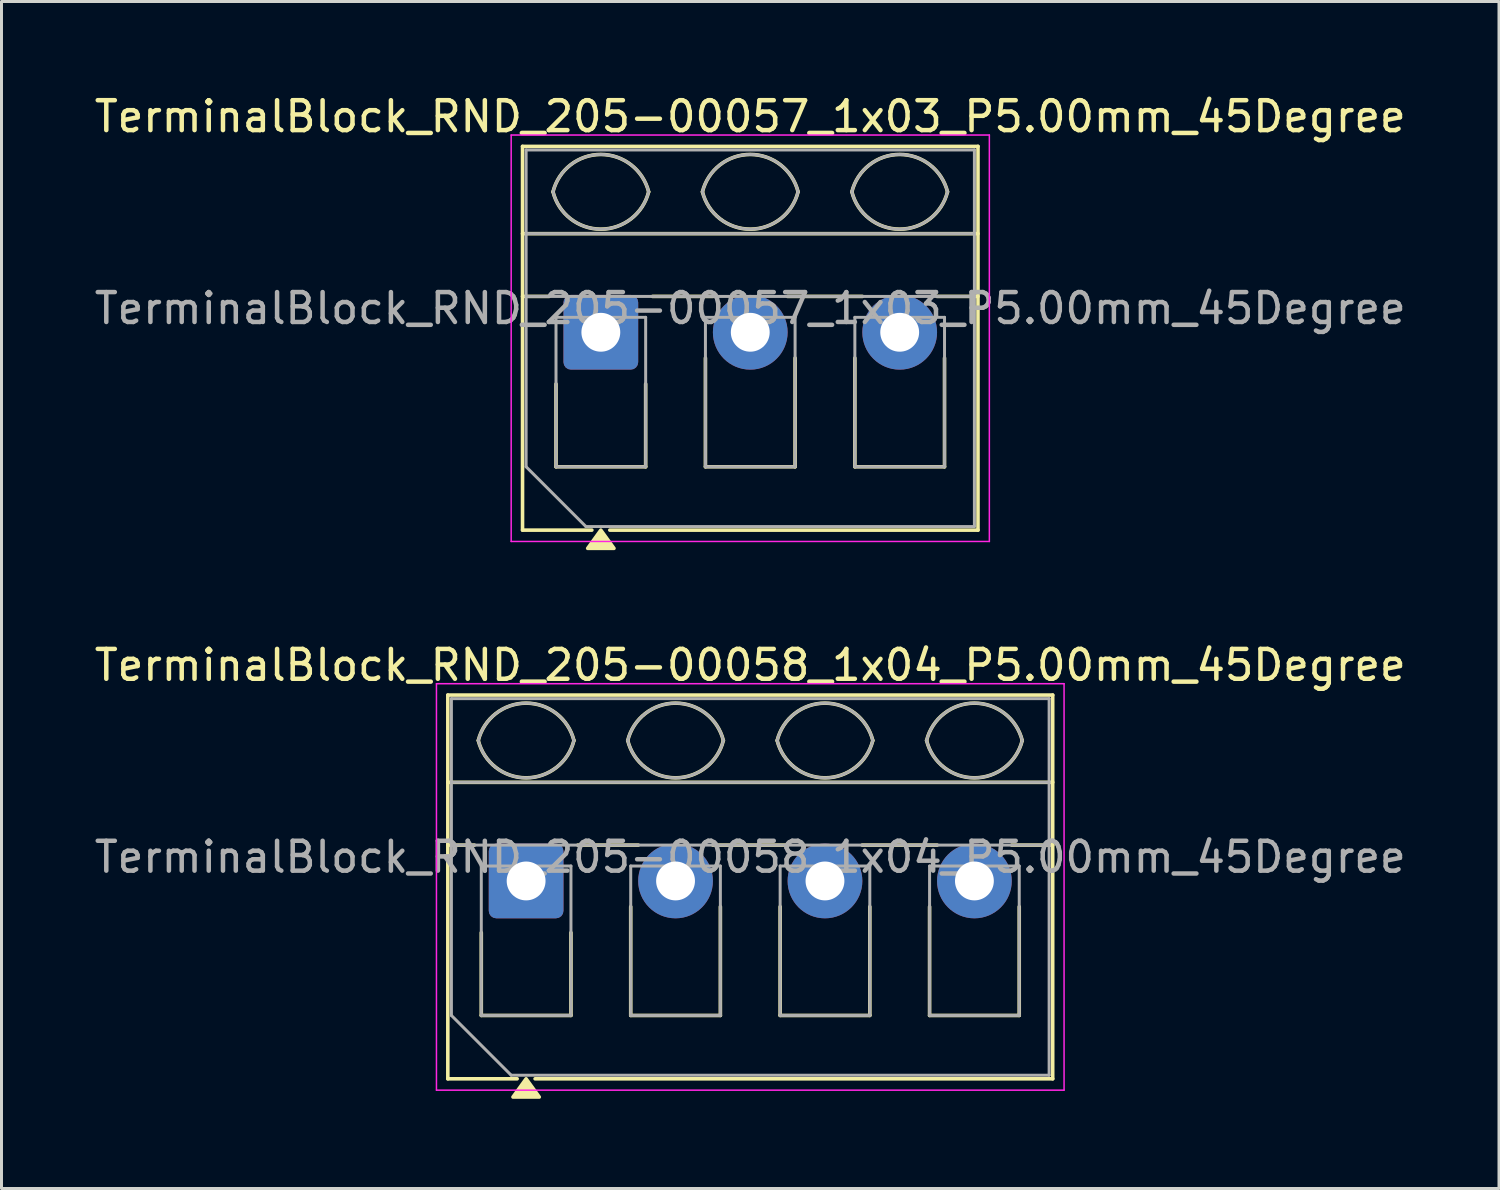
<source format=kicad_pcb>
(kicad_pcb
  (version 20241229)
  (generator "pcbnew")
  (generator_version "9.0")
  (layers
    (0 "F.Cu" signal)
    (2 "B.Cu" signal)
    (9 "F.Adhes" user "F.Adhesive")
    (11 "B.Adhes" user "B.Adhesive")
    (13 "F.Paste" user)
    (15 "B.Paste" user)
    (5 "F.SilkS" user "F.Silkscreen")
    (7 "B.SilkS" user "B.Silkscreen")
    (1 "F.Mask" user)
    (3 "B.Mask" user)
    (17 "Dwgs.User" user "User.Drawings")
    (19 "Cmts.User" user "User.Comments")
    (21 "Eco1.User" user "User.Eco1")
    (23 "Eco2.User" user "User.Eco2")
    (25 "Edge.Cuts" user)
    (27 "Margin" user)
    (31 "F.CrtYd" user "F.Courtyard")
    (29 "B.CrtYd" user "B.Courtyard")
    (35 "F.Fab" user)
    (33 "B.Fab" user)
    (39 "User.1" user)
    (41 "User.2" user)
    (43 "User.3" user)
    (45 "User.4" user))
  (footprint "TerminalBlock_RND_205-00057_1x03_P5.00mm_45Degree"
    (layer "F.Cu")
    (at 17.054 8.068)
    (property "Reference" "TerminalBlock_RND_205-00057_1x03_P5.00mm_45Degree" (at 5 -7.22 0) (layer "F.SilkS") (effects (font (size 1 1) (thickness 0.15))))
    (attr through_hole)
    (fp_line (start -2.62 -6.22) (end 12.62 -6.22) (stroke (width 0.12) (type solid)) (layer "F.SilkS"))
    (fp_line (start -2.62 -3.3) (end 12.62 -3.3) (stroke (width 0.12) (type solid)) (layer "F.SilkS"))
    (fp_line (start -2.62 -1.2) (end -1.73 -1.2) (stroke (width 0.12) (type solid)) (layer "F.SilkS"))
    (fp_line (start -2.62 6.62) (end -2.62 -6.22) (stroke (width 0.12) (type solid)) (layer "F.SilkS"))
    (fp_line (start -1.5 4.5) (end -1.5 1.73) (stroke (width 0.12) (type solid)) (layer "F.SilkS"))
    (fp_line (start -0.3 6.62) (end -2.62 6.62) (stroke (width 0.12) (type solid)) (layer "F.SilkS"))
    (fp_line (start 1.5 1.73) (end 1.5 4.5) (stroke (width 0.12) (type solid)) (layer "F.SilkS"))
    (fp_line (start 1.5 4.5) (end -1.5 4.5) (stroke (width 0.12) (type solid)) (layer "F.SilkS"))
    (fp_line (start 1.73 -1.2) (end 3.754 -1.2) (stroke (width 0.12) (type solid)) (layer "F.SilkS"))
    (fp_line (start 3.5 4.5) (end 3.5 0.862) (stroke (width 0.12) (type solid)) (layer "F.SilkS"))
    (fp_line (start 6.246 -1.2) (end 8.754 -1.2) (stroke (width 0.12) (type solid)) (layer "F.SilkS"))
    (fp_line (start 6.5 0.862) (end 6.5 4.5) (stroke (width 0.12) (type solid)) (layer "F.SilkS"))
    (fp_line (start 6.5 4.5) (end 3.5 4.5) (stroke (width 0.12) (type solid)) (layer "F.SilkS"))
    (fp_line (start 8.5 4.5) (end 8.5 0.862) (stroke (width 0.12) (type solid)) (layer "F.SilkS"))
    (fp_line (start 11.246 -1.2) (end 12.62 -1.2) (stroke (width 0.12) (type solid)) (layer "F.SilkS"))
    (fp_line (start 11.5 0.862) (end 11.5 4.5) (stroke (width 0.12) (type solid)) (layer "F.SilkS"))
    (fp_line (start 11.5 4.5) (end 8.5 4.5) (stroke (width 0.12) (type solid)) (layer "F.SilkS"))
    (fp_line (start 12.62 -6.22) (end 12.62 6.62) (stroke (width 0.12) (type solid)) (layer "F.SilkS"))
    (fp_line (start 12.62 6.62) (end 0.3 6.62) (stroke (width 0.12) (type solid)) (layer "F.SilkS"))
    (fp_arc (start -1.6 -4.7) (mid 0 -5.95) (end 1.6 -4.7) (stroke (width 0.12) (type solid)) (layer "F.SilkS"))
    (fp_arc (start 1.6 -4.7) (mid 0 -3.45) (end -1.6 -4.7) (stroke (width 0.12) (type solid)) (layer "F.SilkS"))
    (fp_arc (start 3.4 -4.7) (mid 5 -5.95) (end 6.6 -4.7) (stroke (width 0.12) (type solid)) (layer "F.SilkS"))
    (fp_arc (start 6.6 -4.7) (mid 5 -3.45) (end 3.4 -4.7) (stroke (width 0.12) (type solid)) (layer "F.SilkS"))
    (fp_arc (start 8.4 -4.7) (mid 10 -5.95) (end 11.6 -4.7) (stroke (width 0.12) (type solid)) (layer "F.SilkS"))
    (fp_arc (start 11.6 -4.7) (mid 10 -3.45) (end 8.4 -4.7) (stroke (width 0.12) (type solid)) (layer "F.SilkS"))
    (fp_poly (pts (xy 0 6.62) (xy 0.44 7.23) (xy -0.44 7.23)) (stroke (width 0.12) (type solid)) (fill yes) (layer "F.SilkS"))
    (fp_line (start -3 -6.6) (end -3 7) (stroke (width 0.05) (type solid)) (layer "F.CrtYd"))
    (fp_line (start -3 7) (end 13 7) (stroke (width 0.05) (type solid)) (layer "F.CrtYd"))
    (fp_line (start 13 -6.6) (end -3 -6.6) (stroke (width 0.05) (type solid)) (layer "F.CrtYd"))
    (fp_line (start 13 7) (end 13 -6.6) (stroke (width 0.05) (type solid)) (layer "F.CrtYd"))
    (fp_line (start -2.5 -6.1) (end 12.5 -6.1) (stroke (width 0.1) (type solid)) (layer "F.Fab"))
    (fp_line (start -2.5 -3.3) (end 12.5 -3.3) (stroke (width 0.1) (type solid)) (layer "F.Fab"))
    (fp_line (start -2.5 -1.2) (end 12.5 -1.2) (stroke (width 0.1) (type solid)) (layer "F.Fab"))
    (fp_line (start -2.5 4.5) (end -2.5 -6.1) (stroke (width 0.1) (type solid)) (layer "F.Fab"))
    (fp_line (start -1.5 -0.5) (end -1.5 4.5) (stroke (width 0.1) (type solid)) (layer "F.Fab"))
    (fp_line (start -1.5 4.5) (end 1.5 4.5) (stroke (width 0.1) (type solid)) (layer "F.Fab"))
    (fp_line (start -0.5 6.5) (end -2.5 4.5) (stroke (width 0.1) (type solid)) (layer "F.Fab"))
    (fp_line (start 1.5 -0.5) (end -1.5 -0.5) (stroke (width 0.1) (type solid)) (layer "F.Fab"))
    (fp_line (start 1.5 4.5) (end 1.5 -0.5) (stroke (width 0.1) (type solid)) (layer "F.Fab"))
    (fp_line (start 3.5 -0.5) (end 3.5 4.5) (stroke (width 0.1) (type solid)) (layer "F.Fab"))
    (fp_line (start 3.5 4.5) (end 6.5 4.5) (stroke (width 0.1) (type solid)) (layer "F.Fab"))
    (fp_line (start 6.5 -0.5) (end 3.5 -0.5) (stroke (width 0.1) (type solid)) (layer "F.Fab"))
    (fp_line (start 6.5 4.5) (end 6.5 -0.5) (stroke (width 0.1) (type solid)) (layer "F.Fab"))
    (fp_line (start 8.5 -0.5) (end 8.5 4.5) (stroke (width 0.1) (type solid)) (layer "F.Fab"))
    (fp_line (start 8.5 4.5) (end 11.5 4.5) (stroke (width 0.1) (type solid)) (layer "F.Fab"))
    (fp_line (start 11.5 -0.5) (end 8.5 -0.5) (stroke (width 0.1) (type solid)) (layer "F.Fab"))
    (fp_line (start 11.5 4.5) (end 11.5 -0.5) (stroke (width 0.1) (type solid)) (layer "F.Fab"))
    (fp_line (start 12.5 -6.1) (end 12.5 6.5) (stroke (width 0.1) (type solid)) (layer "F.Fab"))
    (fp_line (start 12.5 6.5) (end -0.5 6.5) (stroke (width 0.1) (type solid)) (layer "F.Fab"))
    (fp_arc (start -1.6 -4.7) (mid 0 -5.95) (end 1.6 -4.7) (stroke (width 0.1) (type solid)) (layer "F.Fab"))
    (fp_arc (start 1.6 -4.7) (mid 0 -3.45) (end -1.6 -4.7) (stroke (width 0.1) (type solid)) (layer "F.Fab"))
    (fp_arc (start 3.4 -4.7) (mid 5 -5.95) (end 6.6 -4.7) (stroke (width 0.1) (type solid)) (layer "F.Fab"))
    (fp_arc (start 6.6 -4.7) (mid 5 -3.45) (end 3.4 -4.7) (stroke (width 0.1) (type solid)) (layer "F.Fab"))
    (fp_arc (start 8.4 -4.7) (mid 10 -5.95) (end 11.6 -4.7) (stroke (width 0.1) (type solid)) (layer "F.Fab"))
    (fp_arc (start 11.6 -4.7) (mid 10 -3.45) (end 8.4 -4.7) (stroke (width 0.1) (type solid)) (layer "F.Fab"))
    (fp_text user "${REFERENCE}" (at 5 -0.8 0) (layer "F.Fab") (effects (font (size 1 1) (thickness 0.15))))
    (pad "1" thru_hole roundrect (at 0 0) (size 2.5 2.5) (drill 1.3) (layers "*.Cu" "*.Mask") (roundrect_rratio 0.1))
    (pad "2" thru_hole circle (at 5 0) (size 2.5 2.5) (drill 1.3) (layers "*.Cu" "*.Mask"))
    (pad "3" thru_hole circle (at 10 0) (size 2.5 2.5) (drill 1.3) (layers "*.Cu" "*.Mask")))
  (footprint "TerminalBlock_RND_205-00058_1x04_P5.00mm_45Degree"
    (layer "F.Cu")
    (at 14.554 26.427)
    (property "Reference" "TerminalBlock_RND_205-00058_1x04_P5.00mm_45Degree" (at 7.5 -7.22 0) (layer "F.SilkS") (effects (font (size 1 1) (thickness 0.15))))
    (attr through_hole)
    (fp_line (start -2.62 -6.22) (end 17.62 -6.22) (stroke (width 0.12) (type solid)) (layer "F.SilkS"))
    (fp_line (start -2.62 -3.3) (end 17.62 -3.3) (stroke (width 0.12) (type solid)) (layer "F.SilkS"))
    (fp_line (start -2.62 -1.2) (end -1.73 -1.2) (stroke (width 0.12) (type solid)) (layer "F.SilkS"))
    (fp_line (start -2.62 6.62) (end -2.62 -6.22) (stroke (width 0.12) (type solid)) (layer "F.SilkS"))
    (fp_line (start -1.5 4.5) (end -1.5 1.73) (stroke (width 0.12) (type solid)) (layer "F.SilkS"))
    (fp_line (start -0.3 6.62) (end -2.62 6.62) (stroke (width 0.12) (type solid)) (layer "F.SilkS"))
    (fp_line (start 1.5 1.73) (end 1.5 4.5) (stroke (width 0.12) (type solid)) (layer "F.SilkS"))
    (fp_line (start 1.5 4.5) (end -1.5 4.5) (stroke (width 0.12) (type solid)) (layer "F.SilkS"))
    (fp_line (start 1.73 -1.2) (end 3.754 -1.2) (stroke (width 0.12) (type solid)) (layer "F.SilkS"))
    (fp_line (start 3.5 4.5) (end 3.5 0.862) (stroke (width 0.12) (type solid)) (layer "F.SilkS"))
    (fp_line (start 6.246 -1.2) (end 8.754 -1.2) (stroke (width 0.12) (type solid)) (layer "F.SilkS"))
    (fp_line (start 6.5 0.862) (end 6.5 4.5) (stroke (width 0.12) (type solid)) (layer "F.SilkS"))
    (fp_line (start 6.5 4.5) (end 3.5 4.5) (stroke (width 0.12) (type solid)) (layer "F.SilkS"))
    (fp_line (start 8.5 4.5) (end 8.5 0.862) (stroke (width 0.12) (type solid)) (layer "F.SilkS"))
    (fp_line (start 11.246 -1.2) (end 13.754 -1.2) (stroke (width 0.12) (type solid)) (layer "F.SilkS"))
    (fp_line (start 11.5 0.862) (end 11.5 4.5) (stroke (width 0.12) (type solid)) (layer "F.SilkS"))
    (fp_line (start 11.5 4.5) (end 8.5 4.5) (stroke (width 0.12) (type solid)) (layer "F.SilkS"))
    (fp_line (start 13.5 4.5) (end 13.5 0.862) (stroke (width 0.12) (type solid)) (layer "F.SilkS"))
    (fp_line (start 16.246 -1.2) (end 17.62 -1.2) (stroke (width 0.12) (type solid)) (layer "F.SilkS"))
    (fp_line (start 16.5 0.862) (end 16.5 4.5) (stroke (width 0.12) (type solid)) (layer "F.SilkS"))
    (fp_line (start 16.5 4.5) (end 13.5 4.5) (stroke (width 0.12) (type solid)) (layer "F.SilkS"))
    (fp_line (start 17.62 -6.22) (end 17.62 6.62) (stroke (width 0.12) (type solid)) (layer "F.SilkS"))
    (fp_line (start 17.62 6.62) (end 0.3 6.62) (stroke (width 0.12) (type solid)) (layer "F.SilkS"))
    (fp_arc (start -1.6 -4.7) (mid 0 -5.95) (end 1.6 -4.7) (stroke (width 0.12) (type solid)) (layer "F.SilkS"))
    (fp_arc (start 1.6 -4.7) (mid 0 -3.45) (end -1.6 -4.7) (stroke (width 0.12) (type solid)) (layer "F.SilkS"))
    (fp_arc (start 3.4 -4.7) (mid 5 -5.95) (end 6.6 -4.7) (stroke (width 0.12) (type solid)) (layer "F.SilkS"))
    (fp_arc (start 6.6 -4.7) (mid 5 -3.45) (end 3.4 -4.7) (stroke (width 0.12) (type solid)) (layer "F.SilkS"))
    (fp_arc (start 8.4 -4.7) (mid 10 -5.95) (end 11.6 -4.7) (stroke (width 0.12) (type solid)) (layer "F.SilkS"))
    (fp_arc (start 11.6 -4.7) (mid 10 -3.45) (end 8.4 -4.7) (stroke (width 0.12) (type solid)) (layer "F.SilkS"))
    (fp_arc (start 13.4 -4.7) (mid 15 -5.95) (end 16.6 -4.7) (stroke (width 0.12) (type solid)) (layer "F.SilkS"))
    (fp_arc (start 16.6 -4.7) (mid 15 -3.45) (end 13.4 -4.7) (stroke (width 0.12) (type solid)) (layer "F.SilkS"))
    (fp_poly (pts (xy 0 6.62) (xy 0.44 7.23) (xy -0.44 7.23)) (stroke (width 0.12) (type solid)) (fill yes) (layer "F.SilkS"))
    (fp_line (start -3 -6.6) (end -3 7) (stroke (width 0.05) (type solid)) (layer "F.CrtYd"))
    (fp_line (start -3 7) (end 18 7) (stroke (width 0.05) (type solid)) (layer "F.CrtYd"))
    (fp_line (start 18 -6.6) (end -3 -6.6) (stroke (width 0.05) (type solid)) (layer "F.CrtYd"))
    (fp_line (start 18 7) (end 18 -6.6) (stroke (width 0.05) (type solid)) (layer "F.CrtYd"))
    (fp_line (start -2.5 -6.1) (end 17.5 -6.1) (stroke (width 0.1) (type solid)) (layer "F.Fab"))
    (fp_line (start -2.5 -3.3) (end 17.5 -3.3) (stroke (width 0.1) (type solid)) (layer "F.Fab"))
    (fp_line (start -2.5 -1.2) (end 17.5 -1.2) (stroke (width 0.1) (type solid)) (layer "F.Fab"))
    (fp_line (start -2.5 4.5) (end -2.5 -6.1) (stroke (width 0.1) (type solid)) (layer "F.Fab"))
    (fp_line (start -1.5 -0.5) (end -1.5 4.5) (stroke (width 0.1) (type solid)) (layer "F.Fab"))
    (fp_line (start -1.5 4.5) (end 1.5 4.5) (stroke (width 0.1) (type solid)) (layer "F.Fab"))
    (fp_line (start -0.5 6.5) (end -2.5 4.5) (stroke (width 0.1) (type solid)) (layer "F.Fab"))
    (fp_line (start 1.5 -0.5) (end -1.5 -0.5) (stroke (width 0.1) (type solid)) (layer "F.Fab"))
    (fp_line (start 1.5 4.5) (end 1.5 -0.5) (stroke (width 0.1) (type solid)) (layer "F.Fab"))
    (fp_line (start 3.5 -0.5) (end 3.5 4.5) (stroke (width 0.1) (type solid)) (layer "F.Fab"))
    (fp_line (start 3.5 4.5) (end 6.5 4.5) (stroke (width 0.1) (type solid)) (layer "F.Fab"))
    (fp_line (start 6.5 -0.5) (end 3.5 -0.5) (stroke (width 0.1) (type solid)) (layer "F.Fab"))
    (fp_line (start 6.5 4.5) (end 6.5 -0.5) (stroke (width 0.1) (type solid)) (layer "F.Fab"))
    (fp_line (start 8.5 -0.5) (end 8.5 4.5) (stroke (width 0.1) (type solid)) (layer "F.Fab"))
    (fp_line (start 8.5 4.5) (end 11.5 4.5) (stroke (width 0.1) (type solid)) (layer "F.Fab"))
    (fp_line (start 11.5 -0.5) (end 8.5 -0.5) (stroke (width 0.1) (type solid)) (layer "F.Fab"))
    (fp_line (start 11.5 4.5) (end 11.5 -0.5) (stroke (width 0.1) (type solid)) (layer "F.Fab"))
    (fp_line (start 13.5 -0.5) (end 13.5 4.5) (stroke (width 0.1) (type solid)) (layer "F.Fab"))
    (fp_line (start 13.5 4.5) (end 16.5 4.5) (stroke (width 0.1) (type solid)) (layer "F.Fab"))
    (fp_line (start 16.5 -0.5) (end 13.5 -0.5) (stroke (width 0.1) (type solid)) (layer "F.Fab"))
    (fp_line (start 16.5 4.5) (end 16.5 -0.5) (stroke (width 0.1) (type solid)) (layer "F.Fab"))
    (fp_line (start 17.5 -6.1) (end 17.5 6.5) (stroke (width 0.1) (type solid)) (layer "F.Fab"))
    (fp_line (start 17.5 6.5) (end -0.5 6.5) (stroke (width 0.1) (type solid)) (layer "F.Fab"))
    (fp_arc (start -1.6 -4.7) (mid 0 -5.95) (end 1.6 -4.7) (stroke (width 0.1) (type solid)) (layer "F.Fab"))
    (fp_arc (start 1.6 -4.7) (mid 0 -3.45) (end -1.6 -4.7) (stroke (width 0.1) (type solid)) (layer "F.Fab"))
    (fp_arc (start 3.4 -4.7) (mid 5 -5.95) (end 6.6 -4.7) (stroke (width 0.1) (type solid)) (layer "F.Fab"))
    (fp_arc (start 6.6 -4.7) (mid 5 -3.45) (end 3.4 -4.7) (stroke (width 0.1) (type solid)) (layer "F.Fab"))
    (fp_arc (start 8.4 -4.7) (mid 10 -5.95) (end 11.6 -4.7) (stroke (width 0.1) (type solid)) (layer "F.Fab"))
    (fp_arc (start 11.6 -4.7) (mid 10 -3.45) (end 8.4 -4.7) (stroke (width 0.1) (type solid)) (layer "F.Fab"))
    (fp_arc (start 13.4 -4.7) (mid 15 -5.95) (end 16.6 -4.7) (stroke (width 0.1) (type solid)) (layer "F.Fab"))
    (fp_arc (start 16.6 -4.7) (mid 15 -3.45) (end 13.4 -4.7) (stroke (width 0.1) (type solid)) (layer "F.Fab"))
    (fp_text user "${REFERENCE}" (at 7.5 -0.8 0) (layer "F.Fab") (effects (font (size 1 1) (thickness 0.15))))
    (pad "1" thru_hole roundrect (at 0 0) (size 2.5 2.5) (drill 1.3) (layers "*.Cu" "*.Mask") (roundrect_rratio 0.1))
    (pad "2" thru_hole circle (at 5 0) (size 2.5 2.5) (drill 1.3) (layers "*.Cu" "*.Mask"))
    (pad "3" thru_hole circle (at 10 0) (size 2.5 2.5) (drill 1.3) (layers "*.Cu" "*.Mask"))
    (pad "4" thru_hole circle (at 15 0) (size 2.5 2.5) (drill 1.3) (layers "*.Cu" "*.Mask")))
  (gr_rect
    (start -3 -3)
    (end 47.107 36.717)
    (stroke (width 0.1) (type default))
    (fill no)
    (layer "Edge.Cuts")))
</source>
